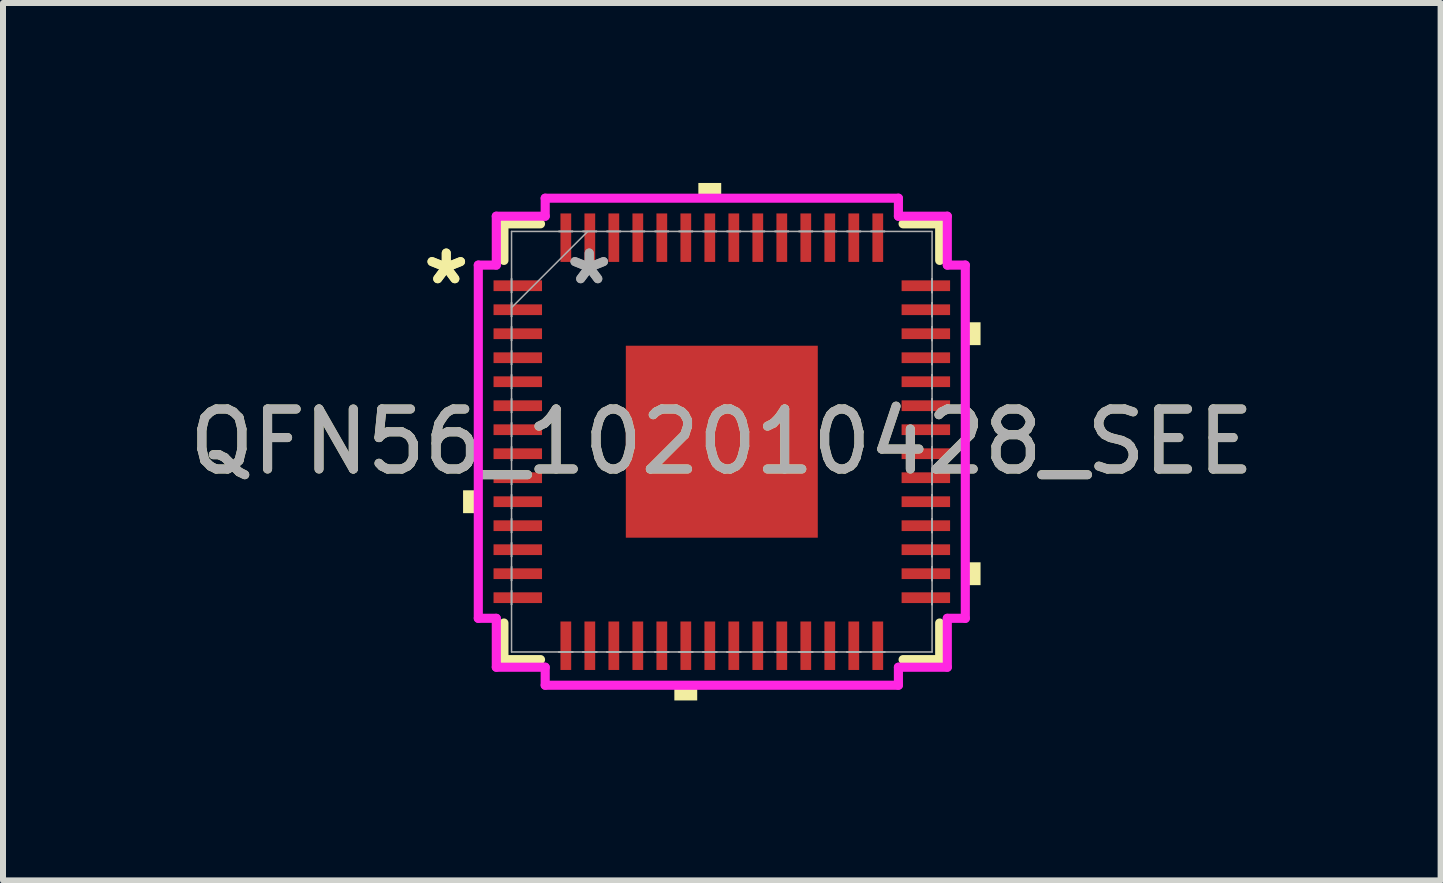
<source format=kicad_pcb>
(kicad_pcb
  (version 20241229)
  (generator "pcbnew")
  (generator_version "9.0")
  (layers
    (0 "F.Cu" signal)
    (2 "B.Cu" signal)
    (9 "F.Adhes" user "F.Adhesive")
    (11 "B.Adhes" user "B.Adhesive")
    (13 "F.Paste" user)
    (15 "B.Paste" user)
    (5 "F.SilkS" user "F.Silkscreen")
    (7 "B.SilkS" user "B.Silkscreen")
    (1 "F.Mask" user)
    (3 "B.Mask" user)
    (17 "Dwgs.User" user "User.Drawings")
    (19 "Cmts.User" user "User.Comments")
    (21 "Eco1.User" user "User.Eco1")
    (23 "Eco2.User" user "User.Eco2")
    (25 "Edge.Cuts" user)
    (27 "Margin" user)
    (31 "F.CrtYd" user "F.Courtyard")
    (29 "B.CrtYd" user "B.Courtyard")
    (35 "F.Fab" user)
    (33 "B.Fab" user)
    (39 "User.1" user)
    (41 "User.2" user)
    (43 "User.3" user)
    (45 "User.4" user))
  (footprint "QFN56_102010428_SEE"
    (layer "F.Cu")
    (at 8.982 4.313)
    (property "Reference" "QFN56_102010428_SEE" (at 0 0 0) (unlocked yes) (layer "F.SilkS") (effects (font (size 1 1) (thickness 0.15))))
    (attr smd)
    (fp_line (start -3.632 -3.632) (end -3.632 -3.022) (stroke (width 0.152) (type solid)) (layer "F.SilkS"))
    (fp_line (start -3.632 3.022) (end -3.632 3.632) (stroke (width 0.152) (type solid)) (layer "F.SilkS"))
    (fp_line (start -3.632 3.632) (end -3.022 3.632) (stroke (width 0.152) (type solid)) (layer "F.SilkS"))
    (fp_line (start -3.022 -3.632) (end -3.632 -3.632) (stroke (width 0.152) (type solid)) (layer "F.SilkS"))
    (fp_line (start 3.022 3.632) (end 3.632 3.632) (stroke (width 0.152) (type solid)) (layer "F.SilkS"))
    (fp_line (start 3.632 -3.632) (end 3.022 -3.632) (stroke (width 0.152) (type solid)) (layer "F.SilkS"))
    (fp_line (start 3.632 -3.022) (end 3.632 -3.632) (stroke (width 0.152) (type solid)) (layer "F.SilkS"))
    (fp_line (start 3.632 3.632) (end 3.632 3.022) (stroke (width 0.152) (type solid)) (layer "F.SilkS"))
    (fp_poly (pts (xy -4.313 0.81) (xy -4.313 1.191) (xy -4.059 1.191) (xy -4.059 0.81)) (stroke (width 0) (type solid)) (fill yes) (layer "F.SilkS"))
    (fp_poly (pts (xy -0.791 4.059) (xy -0.791 4.313) (xy -0.41 4.313) (xy -0.41 4.059)) (stroke (width 0) (type solid)) (fill yes) (layer "F.SilkS"))
    (fp_poly (pts (xy -0.391 -4.059) (xy -0.391 -4.313) (xy -0.01 -4.313) (xy -0.01 -4.059)) (stroke (width 0) (type solid)) (fill yes) (layer "F.SilkS"))
    (fp_poly (pts (xy 4.313 -1.991) (xy 4.313 -1.61) (xy 4.059 -1.61) (xy 4.059 -1.991)) (stroke (width 0) (type solid)) (fill yes) (layer "F.SilkS"))
    (fp_poly (pts (xy 4.313 2.01) (xy 4.313 2.391) (xy 4.059 2.391) (xy 4.059 2.01)) (stroke (width 0) (type solid)) (fill yes) (layer "F.SilkS"))
    (fp_line (start -4.059 -2.944) (end -3.759 -2.944) (stroke (width 0.152) (type solid)) (layer "F.CrtYd"))
    (fp_line (start -4.059 2.944) (end -4.059 -2.944) (stroke (width 0.152) (type solid)) (layer "F.CrtYd"))
    (fp_line (start -3.759 -3.759) (end -2.944 -3.759) (stroke (width 0.152) (type solid)) (layer "F.CrtYd"))
    (fp_line (start -3.759 -2.944) (end -3.759 -3.759) (stroke (width 0.152) (type solid)) (layer "F.CrtYd"))
    (fp_line (start -3.759 2.944) (end -4.059 2.944) (stroke (width 0.152) (type solid)) (layer "F.CrtYd"))
    (fp_line (start -3.759 3.759) (end -3.759 2.944) (stroke (width 0.152) (type solid)) (layer "F.CrtYd"))
    (fp_line (start -2.944 -4.059) (end 2.944 -4.059) (stroke (width 0.152) (type solid)) (layer "F.CrtYd"))
    (fp_line (start -2.944 -3.759) (end -2.944 -4.059) (stroke (width 0.152) (type solid)) (layer "F.CrtYd"))
    (fp_line (start -2.944 3.759) (end -3.759 3.759) (stroke (width 0.152) (type solid)) (layer "F.CrtYd"))
    (fp_line (start -2.944 4.059) (end -2.944 3.759) (stroke (width 0.152) (type solid)) (layer "F.CrtYd"))
    (fp_line (start 2.944 -4.059) (end 2.944 -3.759) (stroke (width 0.152) (type solid)) (layer "F.CrtYd"))
    (fp_line (start 2.944 -3.759) (end 3.759 -3.759) (stroke (width 0.152) (type solid)) (layer "F.CrtYd"))
    (fp_line (start 2.944 3.759) (end 2.944 4.059) (stroke (width 0.152) (type solid)) (layer "F.CrtYd"))
    (fp_line (start 2.944 4.059) (end -2.944 4.059) (stroke (width 0.152) (type solid)) (layer "F.CrtYd"))
    (fp_line (start 3.759 -3.759) (end 3.759 -2.944) (stroke (width 0.152) (type solid)) (layer "F.CrtYd"))
    (fp_line (start 3.759 -2.944) (end 4.059 -2.944) (stroke (width 0.152) (type solid)) (layer "F.CrtYd"))
    (fp_line (start 3.759 2.944) (end 3.759 3.759) (stroke (width 0.152) (type solid)) (layer "F.CrtYd"))
    (fp_line (start 3.759 3.759) (end 2.944 3.759) (stroke (width 0.152) (type solid)) (layer "F.CrtYd"))
    (fp_line (start 4.059 -2.944) (end 4.059 2.944) (stroke (width 0.152) (type solid)) (layer "F.CrtYd"))
    (fp_line (start 4.059 2.944) (end 3.759 2.944) (stroke (width 0.152) (type solid)) (layer "F.CrtYd"))
    (fp_line (start -3.505 -3.505) (end -3.505 3.505) (stroke (width 0.025) (type solid)) (layer "F.Fab"))
    (fp_line (start -3.505 -2.715) (end -3.505 -2.715) (stroke (width 0.025) (type solid)) (layer "F.Fab"))
    (fp_line (start -3.505 -2.715) (end -3.505 -2.486) (stroke (width 0.025) (type solid)) (layer "F.Fab"))
    (fp_line (start -3.505 -2.486) (end -3.505 -2.715) (stroke (width 0.025) (type solid)) (layer "F.Fab"))
    (fp_line (start -3.505 -2.486) (end -3.505 -2.486) (stroke (width 0.025) (type solid)) (layer "F.Fab"))
    (fp_line (start -3.505 -2.315) (end -3.505 -2.315) (stroke (width 0.025) (type solid)) (layer "F.Fab"))
    (fp_line (start -3.505 -2.315) (end -3.505 -2.086) (stroke (width 0.025) (type solid)) (layer "F.Fab"))
    (fp_line (start -3.505 -2.235) (end -2.235 -3.505) (stroke (width 0.025) (type solid)) (layer "F.Fab"))
    (fp_line (start -3.505 -2.086) (end -3.505 -2.315) (stroke (width 0.025) (type solid)) (layer "F.Fab"))
    (fp_line (start -3.505 -2.086) (end -3.505 -2.086) (stroke (width 0.025) (type solid)) (layer "F.Fab"))
    (fp_line (start -3.505 -1.915) (end -3.505 -1.915) (stroke (width 0.025) (type solid)) (layer "F.Fab"))
    (fp_line (start -3.505 -1.915) (end -3.505 -1.686) (stroke (width 0.025) (type solid)) (layer "F.Fab"))
    (fp_line (start -3.505 -1.686) (end -3.505 -1.915) (stroke (width 0.025) (type solid)) (layer "F.Fab"))
    (fp_line (start -3.505 -1.686) (end -3.505 -1.686) (stroke (width 0.025) (type solid)) (layer "F.Fab"))
    (fp_line (start -3.505 -1.514) (end -3.505 -1.514) (stroke (width 0.025) (type solid)) (layer "F.Fab"))
    (fp_line (start -3.505 -1.514) (end -3.505 -1.286) (stroke (width 0.025) (type solid)) (layer "F.Fab"))
    (fp_line (start -3.505 -1.286) (end -3.505 -1.514) (stroke (width 0.025) (type solid)) (layer "F.Fab"))
    (fp_line (start -3.505 -1.286) (end -3.505 -1.286) (stroke (width 0.025) (type solid)) (layer "F.Fab"))
    (fp_line (start -3.505 -1.114) (end -3.505 -1.114) (stroke (width 0.025) (type solid)) (layer "F.Fab"))
    (fp_line (start -3.505 -1.114) (end -3.505 -0.886) (stroke (width 0.025) (type solid)) (layer "F.Fab"))
    (fp_line (start -3.505 -0.886) (end -3.505 -1.114) (stroke (width 0.025) (type solid)) (layer "F.Fab"))
    (fp_line (start -3.505 -0.886) (end -3.505 -0.886) (stroke (width 0.025) (type solid)) (layer "F.Fab"))
    (fp_line (start -3.505 -0.714) (end -3.505 -0.714) (stroke (width 0.025) (type solid)) (layer "F.Fab"))
    (fp_line (start -3.505 -0.714) (end -3.505 -0.486) (stroke (width 0.025) (type solid)) (layer "F.Fab"))
    (fp_line (start -3.505 -0.486) (end -3.505 -0.714) (stroke (width 0.025) (type solid)) (layer "F.Fab"))
    (fp_line (start -3.505 -0.486) (end -3.505 -0.486) (stroke (width 0.025) (type solid)) (layer "F.Fab"))
    (fp_line (start -3.505 -0.314) (end -3.505 -0.314) (stroke (width 0.025) (type solid)) (layer "F.Fab"))
    (fp_line (start -3.505 -0.314) (end -3.505 -0.086) (stroke (width 0.025) (type solid)) (layer "F.Fab"))
    (fp_line (start -3.505 -0.086) (end -3.505 -0.314) (stroke (width 0.025) (type solid)) (layer "F.Fab"))
    (fp_line (start -3.505 -0.086) (end -3.505 -0.086) (stroke (width 0.025) (type solid)) (layer "F.Fab"))
    (fp_line (start -3.505 0.086) (end -3.505 0.086) (stroke (width 0.025) (type solid)) (layer "F.Fab"))
    (fp_line (start -3.505 0.086) (end -3.505 0.314) (stroke (width 0.025) (type solid)) (layer "F.Fab"))
    (fp_line (start -3.505 0.314) (end -3.505 0.086) (stroke (width 0.025) (type solid)) (layer "F.Fab"))
    (fp_line (start -3.505 0.314) (end -3.505 0.314) (stroke (width 0.025) (type solid)) (layer "F.Fab"))
    (fp_line (start -3.505 0.486) (end -3.505 0.486) (stroke (width 0.025) (type solid)) (layer "F.Fab"))
    (fp_line (start -3.505 0.486) (end -3.505 0.714) (stroke (width 0.025) (type solid)) (layer "F.Fab"))
    (fp_line (start -3.505 0.714) (end -3.505 0.486) (stroke (width 0.025) (type solid)) (layer "F.Fab"))
    (fp_line (start -3.505 0.714) (end -3.505 0.714) (stroke (width 0.025) (type solid)) (layer "F.Fab"))
    (fp_line (start -3.505 0.886) (end -3.505 0.886) (stroke (width 0.025) (type solid)) (layer "F.Fab"))
    (fp_line (start -3.505 0.886) (end -3.505 1.114) (stroke (width 0.025) (type solid)) (layer "F.Fab"))
    (fp_line (start -3.505 1.114) (end -3.505 0.886) (stroke (width 0.025) (type solid)) (layer "F.Fab"))
    (fp_line (start -3.505 1.114) (end -3.505 1.114) (stroke (width 0.025) (type solid)) (layer "F.Fab"))
    (fp_line (start -3.505 1.286) (end -3.505 1.286) (stroke (width 0.025) (type solid)) (layer "F.Fab"))
    (fp_line (start -3.505 1.286) (end -3.505 1.514) (stroke (width 0.025) (type solid)) (layer "F.Fab"))
    (fp_line (start -3.505 1.514) (end -3.505 1.286) (stroke (width 0.025) (type solid)) (layer "F.Fab"))
    (fp_line (start -3.505 1.514) (end -3.505 1.514) (stroke (width 0.025) (type solid)) (layer "F.Fab"))
    (fp_line (start -3.505 1.686) (end -3.505 1.686) (stroke (width 0.025) (type solid)) (layer "F.Fab"))
    (fp_line (start -3.505 1.686) (end -3.505 1.915) (stroke (width 0.025) (type solid)) (layer "F.Fab"))
    (fp_line (start -3.505 1.915) (end -3.505 1.686) (stroke (width 0.025) (type solid)) (layer "F.Fab"))
    (fp_line (start -3.505 1.915) (end -3.505 1.915) (stroke (width 0.025) (type solid)) (layer "F.Fab"))
    (fp_line (start -3.505 2.086) (end -3.505 2.086) (stroke (width 0.025) (type solid)) (layer "F.Fab"))
    (fp_line (start -3.505 2.086) (end -3.505 2.315) (stroke (width 0.025) (type solid)) (layer "F.Fab"))
    (fp_line (start -3.505 2.315) (end -3.505 2.086) (stroke (width 0.025) (type solid)) (layer "F.Fab"))
    (fp_line (start -3.505 2.315) (end -3.505 2.315) (stroke (width 0.025) (type solid)) (layer "F.Fab"))
    (fp_line (start -3.505 2.486) (end -3.505 2.486) (stroke (width 0.025) (type solid)) (layer "F.Fab"))
    (fp_line (start -3.505 2.486) (end -3.505 2.715) (stroke (width 0.025) (type solid)) (layer "F.Fab"))
    (fp_line (start -3.505 2.715) (end -3.505 2.486) (stroke (width 0.025) (type solid)) (layer "F.Fab"))
    (fp_line (start -3.505 2.715) (end -3.505 2.715) (stroke (width 0.025) (type solid)) (layer "F.Fab"))
    (fp_line (start -3.505 3.505) (end 3.505 3.505) (stroke (width 0.025) (type solid)) (layer "F.Fab"))
    (fp_line (start -2.715 -3.505) (end -2.715 -3.505) (stroke (width 0.025) (type solid)) (layer "F.Fab"))
    (fp_line (start -2.715 -3.505) (end -2.486 -3.505) (stroke (width 0.025) (type solid)) (layer "F.Fab"))
    (fp_line (start -2.715 3.505) (end -2.715 3.505) (stroke (width 0.025) (type solid)) (layer "F.Fab"))
    (fp_line (start -2.715 3.505) (end -2.486 3.505) (stroke (width 0.025) (type solid)) (layer "F.Fab"))
    (fp_line (start -2.486 -3.505) (end -2.715 -3.505) (stroke (width 0.025) (type solid)) (layer "F.Fab"))
    (fp_line (start -2.486 -3.505) (end -2.486 -3.505) (stroke (width 0.025) (type solid)) (layer "F.Fab"))
    (fp_line (start -2.486 3.505) (end -2.715 3.505) (stroke (width 0.025) (type solid)) (layer "F.Fab"))
    (fp_line (start -2.486 3.505) (end -2.486 3.505) (stroke (width 0.025) (type solid)) (layer "F.Fab"))
    (fp_line (start -2.315 -3.505) (end -2.315 -3.505) (stroke (width 0.025) (type solid)) (layer "F.Fab"))
    (fp_line (start -2.315 -3.505) (end -2.086 -3.505) (stroke (width 0.025) (type solid)) (layer "F.Fab"))
    (fp_line (start -2.315 3.505) (end -2.315 3.505) (stroke (width 0.025) (type solid)) (layer "F.Fab"))
    (fp_line (start -2.315 3.505) (end -2.086 3.505) (stroke (width 0.025) (type solid)) (layer "F.Fab"))
    (fp_line (start -2.086 -3.505) (end -2.315 -3.505) (stroke (width 0.025) (type solid)) (layer "F.Fab"))
    (fp_line (start -2.086 -3.505) (end -2.086 -3.505) (stroke (width 0.025) (type solid)) (layer "F.Fab"))
    (fp_line (start -2.086 3.505) (end -2.315 3.505) (stroke (width 0.025) (type solid)) (layer "F.Fab"))
    (fp_line (start -2.086 3.505) (end -2.086 3.505) (stroke (width 0.025) (type solid)) (layer "F.Fab"))
    (fp_line (start -1.915 -3.505) (end -1.915 -3.505) (stroke (width 0.025) (type solid)) (layer "F.Fab"))
    (fp_line (start -1.915 -3.505) (end -1.686 -3.505) (stroke (width 0.025) (type solid)) (layer "F.Fab"))
    (fp_line (start -1.915 3.505) (end -1.915 3.505) (stroke (width 0.025) (type solid)) (layer "F.Fab"))
    (fp_line (start -1.915 3.505) (end -1.686 3.505) (stroke (width 0.025) (type solid)) (layer "F.Fab"))
    (fp_line (start -1.686 -3.505) (end -1.915 -3.505) (stroke (width 0.025) (type solid)) (layer "F.Fab"))
    (fp_line (start -1.686 -3.505) (end -1.686 -3.505) (stroke (width 0.025) (type solid)) (layer "F.Fab"))
    (fp_line (start -1.686 3.505) (end -1.915 3.505) (stroke (width 0.025) (type solid)) (layer "F.Fab"))
    (fp_line (start -1.686 3.505) (end -1.686 3.505) (stroke (width 0.025) (type solid)) (layer "F.Fab"))
    (fp_line (start -1.514 -3.505) (end -1.514 -3.505) (stroke (width 0.025) (type solid)) (layer "F.Fab"))
    (fp_line (start -1.514 -3.505) (end -1.286 -3.505) (stroke (width 0.025) (type solid)) (layer "F.Fab"))
    (fp_line (start -1.514 3.505) (end -1.514 3.505) (stroke (width 0.025) (type solid)) (layer "F.Fab"))
    (fp_line (start -1.514 3.505) (end -1.286 3.505) (stroke (width 0.025) (type solid)) (layer "F.Fab"))
    (fp_line (start -1.286 -3.505) (end -1.514 -3.505) (stroke (width 0.025) (type solid)) (layer "F.Fab"))
    (fp_line (start -1.286 -3.505) (end -1.286 -3.505) (stroke (width 0.025) (type solid)) (layer "F.Fab"))
    (fp_line (start -1.286 3.505) (end -1.514 3.505) (stroke (width 0.025) (type solid)) (layer "F.Fab"))
    (fp_line (start -1.286 3.505) (end -1.286 3.505) (stroke (width 0.025) (type solid)) (layer "F.Fab"))
    (fp_line (start -1.114 -3.505) (end -1.114 -3.505) (stroke (width 0.025) (type solid)) (layer "F.Fab"))
    (fp_line (start -1.114 -3.505) (end -0.886 -3.505) (stroke (width 0.025) (type solid)) (layer "F.Fab"))
    (fp_line (start -1.114 3.505) (end -1.114 3.505) (stroke (width 0.025) (type solid)) (layer "F.Fab"))
    (fp_line (start -1.114 3.505) (end -0.886 3.505) (stroke (width 0.025) (type solid)) (layer "F.Fab"))
    (fp_line (start -0.886 -3.505) (end -1.114 -3.505) (stroke (width 0.025) (type solid)) (layer "F.Fab"))
    (fp_line (start -0.886 -3.505) (end -0.886 -3.505) (stroke (width 0.025) (type solid)) (layer "F.Fab"))
    (fp_line (start -0.886 3.505) (end -1.114 3.505) (stroke (width 0.025) (type solid)) (layer "F.Fab"))
    (fp_line (start -0.886 3.505) (end -0.886 3.505) (stroke (width 0.025) (type solid)) (layer "F.Fab"))
    (fp_line (start -0.714 -3.505) (end -0.714 -3.505) (stroke (width 0.025) (type solid)) (layer "F.Fab"))
    (fp_line (start -0.714 -3.505) (end -0.486 -3.505) (stroke (width 0.025) (type solid)) (layer "F.Fab"))
    (fp_line (start -0.714 3.505) (end -0.714 3.505) (stroke (width 0.025) (type solid)) (layer "F.Fab"))
    (fp_line (start -0.714 3.505) (end -0.486 3.505) (stroke (width 0.025) (type solid)) (layer "F.Fab"))
    (fp_line (start -0.486 -3.505) (end -0.714 -3.505) (stroke (width 0.025) (type solid)) (layer "F.Fab"))
    (fp_line (start -0.486 -3.505) (end -0.486 -3.505) (stroke (width 0.025) (type solid)) (layer "F.Fab"))
    (fp_line (start -0.486 3.505) (end -0.714 3.505) (stroke (width 0.025) (type solid)) (layer "F.Fab"))
    (fp_line (start -0.486 3.505) (end -0.486 3.505) (stroke (width 0.025) (type solid)) (layer "F.Fab"))
    (fp_line (start -0.314 -3.505) (end -0.314 -3.505) (stroke (width 0.025) (type solid)) (layer "F.Fab"))
    (fp_line (start -0.314 -3.505) (end -0.086 -3.505) (stroke (width 0.025) (type solid)) (layer "F.Fab"))
    (fp_line (start -0.314 3.505) (end -0.314 3.505) (stroke (width 0.025) (type solid)) (layer "F.Fab"))
    (fp_line (start -0.314 3.505) (end -0.086 3.505) (stroke (width 0.025) (type solid)) (layer "F.Fab"))
    (fp_line (start -0.086 -3.505) (end -0.314 -3.505) (stroke (width 0.025) (type solid)) (layer "F.Fab"))
    (fp_line (start -0.086 -3.505) (end -0.086 -3.505) (stroke (width 0.025) (type solid)) (layer "F.Fab"))
    (fp_line (start -0.086 3.505) (end -0.314 3.505) (stroke (width 0.025) (type solid)) (layer "F.Fab"))
    (fp_line (start -0.086 3.505) (end -0.086 3.505) (stroke (width 0.025) (type solid)) (layer "F.Fab"))
    (fp_line (start 0.086 -3.505) (end 0.086 -3.505) (stroke (width 0.025) (type solid)) (layer "F.Fab"))
    (fp_line (start 0.086 -3.505) (end 0.314 -3.505) (stroke (width 0.025) (type solid)) (layer "F.Fab"))
    (fp_line (start 0.086 3.505) (end 0.086 3.505) (stroke (width 0.025) (type solid)) (layer "F.Fab"))
    (fp_line (start 0.086 3.505) (end 0.314 3.505) (stroke (width 0.025) (type solid)) (layer "F.Fab"))
    (fp_line (start 0.314 -3.505) (end 0.086 -3.505) (stroke (width 0.025) (type solid)) (layer "F.Fab"))
    (fp_line (start 0.314 -3.505) (end 0.314 -3.505) (stroke (width 0.025) (type solid)) (layer "F.Fab"))
    (fp_line (start 0.314 3.505) (end 0.086 3.505) (stroke (width 0.025) (type solid)) (layer "F.Fab"))
    (fp_line (start 0.314 3.505) (end 0.314 3.505) (stroke (width 0.025) (type solid)) (layer "F.Fab"))
    (fp_line (start 0.486 -3.505) (end 0.486 -3.505) (stroke (width 0.025) (type solid)) (layer "F.Fab"))
    (fp_line (start 0.486 -3.505) (end 0.714 -3.505) (stroke (width 0.025) (type solid)) (layer "F.Fab"))
    (fp_line (start 0.486 3.505) (end 0.486 3.505) (stroke (width 0.025) (type solid)) (layer "F.Fab"))
    (fp_line (start 0.486 3.505) (end 0.714 3.505) (stroke (width 0.025) (type solid)) (layer "F.Fab"))
    (fp_line (start 0.714 -3.505) (end 0.486 -3.505) (stroke (width 0.025) (type solid)) (layer "F.Fab"))
    (fp_line (start 0.714 -3.505) (end 0.714 -3.505) (stroke (width 0.025) (type solid)) (layer "F.Fab"))
    (fp_line (start 0.714 3.505) (end 0.486 3.505) (stroke (width 0.025) (type solid)) (layer "F.Fab"))
    (fp_line (start 0.714 3.505) (end 0.714 3.505) (stroke (width 0.025) (type solid)) (layer "F.Fab"))
    (fp_line (start 0.886 -3.505) (end 0.886 -3.505) (stroke (width 0.025) (type solid)) (layer "F.Fab"))
    (fp_line (start 0.886 -3.505) (end 1.114 -3.505) (stroke (width 0.025) (type solid)) (layer "F.Fab"))
    (fp_line (start 0.886 3.505) (end 0.886 3.505) (stroke (width 0.025) (type solid)) (layer "F.Fab"))
    (fp_line (start 0.886 3.505) (end 1.114 3.505) (stroke (width 0.025) (type solid)) (layer "F.Fab"))
    (fp_line (start 1.114 -3.505) (end 0.886 -3.505) (stroke (width 0.025) (type solid)) (layer "F.Fab"))
    (fp_line (start 1.114 -3.505) (end 1.114 -3.505) (stroke (width 0.025) (type solid)) (layer "F.Fab"))
    (fp_line (start 1.114 3.505) (end 0.886 3.505) (stroke (width 0.025) (type solid)) (layer "F.Fab"))
    (fp_line (start 1.114 3.505) (end 1.114 3.505) (stroke (width 0.025) (type solid)) (layer "F.Fab"))
    (fp_line (start 1.286 -3.505) (end 1.286 -3.505) (stroke (width 0.025) (type solid)) (layer "F.Fab"))
    (fp_line (start 1.286 -3.505) (end 1.514 -3.505) (stroke (width 0.025) (type solid)) (layer "F.Fab"))
    (fp_line (start 1.286 3.505) (end 1.286 3.505) (stroke (width 0.025) (type solid)) (layer "F.Fab"))
    (fp_line (start 1.286 3.505) (end 1.514 3.505) (stroke (width 0.025) (type solid)) (layer "F.Fab"))
    (fp_line (start 1.514 -3.505) (end 1.286 -3.505) (stroke (width 0.025) (type solid)) (layer "F.Fab"))
    (fp_line (start 1.514 -3.505) (end 1.514 -3.505) (stroke (width 0.025) (type solid)) (layer "F.Fab"))
    (fp_line (start 1.514 3.505) (end 1.286 3.505) (stroke (width 0.025) (type solid)) (layer "F.Fab"))
    (fp_line (start 1.514 3.505) (end 1.514 3.505) (stroke (width 0.025) (type solid)) (layer "F.Fab"))
    (fp_line (start 1.686 -3.505) (end 1.686 -3.505) (stroke (width 0.025) (type solid)) (layer "F.Fab"))
    (fp_line (start 1.686 -3.505) (end 1.915 -3.505) (stroke (width 0.025) (type solid)) (layer "F.Fab"))
    (fp_line (start 1.686 3.505) (end 1.686 3.505) (stroke (width 0.025) (type solid)) (layer "F.Fab"))
    (fp_line (start 1.686 3.505) (end 1.915 3.505) (stroke (width 0.025) (type solid)) (layer "F.Fab"))
    (fp_line (start 1.915 -3.505) (end 1.686 -3.505) (stroke (width 0.025) (type solid)) (layer "F.Fab"))
    (fp_line (start 1.915 -3.505) (end 1.915 -3.505) (stroke (width 0.025) (type solid)) (layer "F.Fab"))
    (fp_line (start 1.915 3.505) (end 1.686 3.505) (stroke (width 0.025) (type solid)) (layer "F.Fab"))
    (fp_line (start 1.915 3.505) (end 1.915 3.505) (stroke (width 0.025) (type solid)) (layer "F.Fab"))
    (fp_line (start 2.086 -3.505) (end 2.086 -3.505) (stroke (width 0.025) (type solid)) (layer "F.Fab"))
    (fp_line (start 2.086 -3.505) (end 2.315 -3.505) (stroke (width 0.025) (type solid)) (layer "F.Fab"))
    (fp_line (start 2.086 3.505) (end 2.086 3.505) (stroke (width 0.025) (type solid)) (layer "F.Fab"))
    (fp_line (start 2.086 3.505) (end 2.315 3.505) (stroke (width 0.025) (type solid)) (layer "F.Fab"))
    (fp_line (start 2.315 -3.505) (end 2.086 -3.505) (stroke (width 0.025) (type solid)) (layer "F.Fab"))
    (fp_line (start 2.315 -3.505) (end 2.315 -3.505) (stroke (width 0.025) (type solid)) (layer "F.Fab"))
    (fp_line (start 2.315 3.505) (end 2.086 3.505) (stroke (width 0.025) (type solid)) (layer "F.Fab"))
    (fp_line (start 2.315 3.505) (end 2.315 3.505) (stroke (width 0.025) (type solid)) (layer "F.Fab"))
    (fp_line (start 2.486 -3.505) (end 2.486 -3.505) (stroke (width 0.025) (type solid)) (layer "F.Fab"))
    (fp_line (start 2.486 -3.505) (end 2.715 -3.505) (stroke (width 0.025) (type solid)) (layer "F.Fab"))
    (fp_line (start 2.486 3.505) (end 2.486 3.505) (stroke (width 0.025) (type solid)) (layer "F.Fab"))
    (fp_line (start 2.486 3.505) (end 2.715 3.505) (stroke (width 0.025) (type solid)) (layer "F.Fab"))
    (fp_line (start 2.715 -3.505) (end 2.486 -3.505) (stroke (width 0.025) (type solid)) (layer "F.Fab"))
    (fp_line (start 2.715 -3.505) (end 2.715 -3.505) (stroke (width 0.025) (type solid)) (layer "F.Fab"))
    (fp_line (start 2.715 3.505) (end 2.486 3.505) (stroke (width 0.025) (type solid)) (layer "F.Fab"))
    (fp_line (start 2.715 3.505) (end 2.715 3.505) (stroke (width 0.025) (type solid)) (layer "F.Fab"))
    (fp_line (start 3.505 -3.505) (end -3.505 -3.505) (stroke (width 0.025) (type solid)) (layer "F.Fab"))
    (fp_line (start 3.505 -2.715) (end 3.505 -2.715) (stroke (width 0.025) (type solid)) (layer "F.Fab"))
    (fp_line (start 3.505 -2.715) (end 3.505 -2.486) (stroke (width 0.025) (type solid)) (layer "F.Fab"))
    (fp_line (start 3.505 -2.486) (end 3.505 -2.715) (stroke (width 0.025) (type solid)) (layer "F.Fab"))
    (fp_line (start 3.505 -2.486) (end 3.505 -2.486) (stroke (width 0.025) (type solid)) (layer "F.Fab"))
    (fp_line (start 3.505 -2.315) (end 3.505 -2.315) (stroke (width 0.025) (type solid)) (layer "F.Fab"))
    (fp_line (start 3.505 -2.315) (end 3.505 -2.086) (stroke (width 0.025) (type solid)) (layer "F.Fab"))
    (fp_line (start 3.505 -2.086) (end 3.505 -2.315) (stroke (width 0.025) (type solid)) (layer "F.Fab"))
    (fp_line (start 3.505 -2.086) (end 3.505 -2.086) (stroke (width 0.025) (type solid)) (layer "F.Fab"))
    (fp_line (start 3.505 -1.915) (end 3.505 -1.915) (stroke (width 0.025) (type solid)) (layer "F.Fab"))
    (fp_line (start 3.505 -1.915) (end 3.505 -1.686) (stroke (width 0.025) (type solid)) (layer "F.Fab"))
    (fp_line (start 3.505 -1.686) (end 3.505 -1.915) (stroke (width 0.025) (type solid)) (layer "F.Fab"))
    (fp_line (start 3.505 -1.686) (end 3.505 -1.686) (stroke (width 0.025) (type solid)) (layer "F.Fab"))
    (fp_line (start 3.505 -1.514) (end 3.505 -1.514) (stroke (width 0.025) (type solid)) (layer "F.Fab"))
    (fp_line (start 3.505 -1.514) (end 3.505 -1.286) (stroke (width 0.025) (type solid)) (layer "F.Fab"))
    (fp_line (start 3.505 -1.286) (end 3.505 -1.514) (stroke (width 0.025) (type solid)) (layer "F.Fab"))
    (fp_line (start 3.505 -1.286) (end 3.505 -1.286) (stroke (width 0.025) (type solid)) (layer "F.Fab"))
    (fp_line (start 3.505 -1.114) (end 3.505 -1.114) (stroke (width 0.025) (type solid)) (layer "F.Fab"))
    (fp_line (start 3.505 -1.114) (end 3.505 -0.886) (stroke (width 0.025) (type solid)) (layer "F.Fab"))
    (fp_line (start 3.505 -0.886) (end 3.505 -1.114) (stroke (width 0.025) (type solid)) (layer "F.Fab"))
    (fp_line (start 3.505 -0.886) (end 3.505 -0.886) (stroke (width 0.025) (type solid)) (layer "F.Fab"))
    (fp_line (start 3.505 -0.714) (end 3.505 -0.714) (stroke (width 0.025) (type solid)) (layer "F.Fab"))
    (fp_line (start 3.505 -0.714) (end 3.505 -0.486) (stroke (width 0.025) (type solid)) (layer "F.Fab"))
    (fp_line (start 3.505 -0.486) (end 3.505 -0.714) (stroke (width 0.025) (type solid)) (layer "F.Fab"))
    (fp_line (start 3.505 -0.486) (end 3.505 -0.486) (stroke (width 0.025) (type solid)) (layer "F.Fab"))
    (fp_line (start 3.505 -0.314) (end 3.505 -0.314) (stroke (width 0.025) (type solid)) (layer "F.Fab"))
    (fp_line (start 3.505 -0.314) (end 3.505 -0.086) (stroke (width 0.025) (type solid)) (layer "F.Fab"))
    (fp_line (start 3.505 -0.086) (end 3.505 -0.314) (stroke (width 0.025) (type solid)) (layer "F.Fab"))
    (fp_line (start 3.505 -0.086) (end 3.505 -0.086) (stroke (width 0.025) (type solid)) (layer "F.Fab"))
    (fp_line (start 3.505 0.086) (end 3.505 0.086) (stroke (width 0.025) (type solid)) (layer "F.Fab"))
    (fp_line (start 3.505 0.086) (end 3.505 0.314) (stroke (width 0.025) (type solid)) (layer "F.Fab"))
    (fp_line (start 3.505 0.314) (end 3.505 0.086) (stroke (width 0.025) (type solid)) (layer "F.Fab"))
    (fp_line (start 3.505 0.314) (end 3.505 0.314) (stroke (width 0.025) (type solid)) (layer "F.Fab"))
    (fp_line (start 3.505 0.486) (end 3.505 0.486) (stroke (width 0.025) (type solid)) (layer "F.Fab"))
    (fp_line (start 3.505 0.486) (end 3.505 0.714) (stroke (width 0.025) (type solid)) (layer "F.Fab"))
    (fp_line (start 3.505 0.714) (end 3.505 0.486) (stroke (width 0.025) (type solid)) (layer "F.Fab"))
    (fp_line (start 3.505 0.714) (end 3.505 0.714) (stroke (width 0.025) (type solid)) (layer "F.Fab"))
    (fp_line (start 3.505 0.886) (end 3.505 0.886) (stroke (width 0.025) (type solid)) (layer "F.Fab"))
    (fp_line (start 3.505 0.886) (end 3.505 1.114) (stroke (width 0.025) (type solid)) (layer "F.Fab"))
    (fp_line (start 3.505 1.114) (end 3.505 0.886) (stroke (width 0.025) (type solid)) (layer "F.Fab"))
    (fp_line (start 3.505 1.114) (end 3.505 1.114) (stroke (width 0.025) (type solid)) (layer "F.Fab"))
    (fp_line (start 3.505 1.286) (end 3.505 1.286) (stroke (width 0.025) (type solid)) (layer "F.Fab"))
    (fp_line (start 3.505 1.286) (end 3.505 1.514) (stroke (width 0.025) (type solid)) (layer "F.Fab"))
    (fp_line (start 3.505 1.514) (end 3.505 1.286) (stroke (width 0.025) (type solid)) (layer "F.Fab"))
    (fp_line (start 3.505 1.514) (end 3.505 1.514) (stroke (width 0.025) (type solid)) (layer "F.Fab"))
    (fp_line (start 3.505 1.686) (end 3.505 1.686) (stroke (width 0.025) (type solid)) (layer "F.Fab"))
    (fp_line (start 3.505 1.686) (end 3.505 1.915) (stroke (width 0.025) (type solid)) (layer "F.Fab"))
    (fp_line (start 3.505 1.915) (end 3.505 1.686) (stroke (width 0.025) (type solid)) (layer "F.Fab"))
    (fp_line (start 3.505 1.915) (end 3.505 1.915) (stroke (width 0.025) (type solid)) (layer "F.Fab"))
    (fp_line (start 3.505 2.086) (end 3.505 2.086) (stroke (width 0.025) (type solid)) (layer "F.Fab"))
    (fp_line (start 3.505 2.086) (end 3.505 2.315) (stroke (width 0.025) (type solid)) (layer "F.Fab"))
    (fp_line (start 3.505 2.315) (end 3.505 2.086) (stroke (width 0.025) (type solid)) (layer "F.Fab"))
    (fp_line (start 3.505 2.315) (end 3.505 2.315) (stroke (width 0.025) (type solid)) (layer "F.Fab"))
    (fp_line (start 3.505 2.486) (end 3.505 2.486) (stroke (width 0.025) (type solid)) (layer "F.Fab"))
    (fp_line (start 3.505 2.486) (end 3.505 2.715) (stroke (width 0.025) (type solid)) (layer "F.Fab"))
    (fp_line (start 3.505 2.715) (end 3.505 2.486) (stroke (width 0.025) (type solid)) (layer "F.Fab"))
    (fp_line (start 3.505 2.715) (end 3.505 2.715) (stroke (width 0.025) (type solid)) (layer "F.Fab"))
    (fp_line (start 3.505 3.505) (end 3.505 -3.505) (stroke (width 0.025) (type solid)) (layer "F.Fab"))
    (fp_text user "*" (at -4.593 -2.6 0) (layer "F.SilkS") (effects (font (size 1 1) (thickness 0.15))))
    (fp_text user "*" (at -4.593 -2.6 0) (unlocked yes) (layer "F.SilkS") (effects (font (size 1 1) (thickness 0.15))))
    (fp_text user "*" (at -2.21 -2.6 0) (layer "F.Fab") (effects (font (size 1 1) (thickness 0.15))))
    (fp_text user "${REFERENCE}" (at 0 0 0) (unlocked yes) (layer "F.Fab") (effects (font (size 1 1) (thickness 0.15))))
    (fp_text user "*" (at -2.21 -2.6 0) (unlocked yes) (layer "F.Fab") (effects (font (size 1 1) (thickness 0.15))))
    (pad "1" smd rect (at -3.401 -2.6 90) (size 0.179 0.808) (layers "F.Cu" "F.Mask" "F.Paste"))
    (pad "2" smd rect (at -3.401 -2.2 90) (size 0.179 0.808) (layers "F.Cu" "F.Mask" "F.Paste"))
    (pad "3" smd rect (at -3.401 -1.8 90) (size 0.179 0.808) (layers "F.Cu" "F.Mask" "F.Paste"))
    (pad "4" smd rect (at -3.401 -1.4 90) (size 0.179 0.808) (layers "F.Cu" "F.Mask" "F.Paste"))
    (pad "5" smd rect (at -3.401 -1 90) (size 0.179 0.808) (layers "F.Cu" "F.Mask" "F.Paste"))
    (pad "6" smd rect (at -3.401 -0.6 90) (size 0.179 0.808) (layers "F.Cu" "F.Mask" "F.Paste"))
    (pad "7" smd rect (at -3.401 -0.2 90) (size 0.179 0.808) (layers "F.Cu" "F.Mask" "F.Paste"))
    (pad "8" smd rect (at -3.401 0.2 90) (size 0.179 0.808) (layers "F.Cu" "F.Mask" "F.Paste"))
    (pad "9" smd rect (at -3.401 0.6 90) (size 0.179 0.808) (layers "F.Cu" "F.Mask" "F.Paste"))
    (pad "10" smd rect (at -3.401 1 90) (size 0.179 0.808) (layers "F.Cu" "F.Mask" "F.Paste"))
    (pad "11" smd rect (at -3.401 1.4 90) (size 0.179 0.808) (layers "F.Cu" "F.Mask" "F.Paste"))
    (pad "12" smd rect (at -3.401 1.8 90) (size 0.179 0.808) (layers "F.Cu" "F.Mask" "F.Paste"))
    (pad "13" smd rect (at -3.401 2.2 90) (size 0.179 0.808) (layers "F.Cu" "F.Mask" "F.Paste"))
    (pad "14" smd rect (at -3.401 2.6 90) (size 0.179 0.808) (layers "F.Cu" "F.Mask" "F.Paste"))
    (pad "15" smd rect (at -2.6 3.401) (size 0.179 0.808) (layers "F.Cu" "F.Mask" "F.Paste"))
    (pad "16" smd rect (at -2.2 3.401) (size 0.179 0.808) (layers "F.Cu" "F.Mask" "F.Paste"))
    (pad "17" smd rect (at -1.8 3.401) (size 0.179 0.808) (layers "F.Cu" "F.Mask" "F.Paste"))
    (pad "18" smd rect (at -1.4 3.401) (size 0.179 0.808) (layers "F.Cu" "F.Mask" "F.Paste"))
    (pad "19" smd rect (at -1 3.401) (size 0.179 0.808) (layers "F.Cu" "F.Mask" "F.Paste"))
    (pad "20" smd rect (at -0.6 3.401) (size 0.179 0.808) (layers "F.Cu" "F.Mask" "F.Paste"))
    (pad "21" smd rect (at -0.2 3.401) (size 0.179 0.808) (layers "F.Cu" "F.Mask" "F.Paste"))
    (pad "22" smd rect (at 0.2 3.401) (size 0.179 0.808) (layers "F.Cu" "F.Mask" "F.Paste"))
    (pad "23" smd rect (at 0.6 3.401) (size 0.179 0.808) (layers "F.Cu" "F.Mask" "F.Paste"))
    (pad "24" smd rect (at 1 3.401) (size 0.179 0.808) (layers "F.Cu" "F.Mask" "F.Paste"))
    (pad "25" smd rect (at 1.4 3.401) (size 0.179 0.808) (layers "F.Cu" "F.Mask" "F.Paste"))
    (pad "26" smd rect (at 1.8 3.401) (size 0.179 0.808) (layers "F.Cu" "F.Mask" "F.Paste"))
    (pad "27" smd rect (at 2.2 3.401) (size 0.179 0.808) (layers "F.Cu" "F.Mask" "F.Paste"))
    (pad "28" smd rect (at 2.6 3.401) (size 0.179 0.808) (layers "F.Cu" "F.Mask" "F.Paste"))
    (pad "29" smd rect (at 3.401 2.6 90) (size 0.179 0.808) (layers "F.Cu" "F.Mask" "F.Paste"))
    (pad "30" smd rect (at 3.401 2.2 90) (size 0.179 0.808) (layers "F.Cu" "F.Mask" "F.Paste"))
    (pad "31" smd rect (at 3.401 1.8 90) (size 0.179 0.808) (layers "F.Cu" "F.Mask" "F.Paste"))
    (pad "32" smd rect (at 3.401 1.4 90) (size 0.179 0.808) (layers "F.Cu" "F.Mask" "F.Paste"))
    (pad "33" smd rect (at 3.401 1 90) (size 0.179 0.808) (layers "F.Cu" "F.Mask" "F.Paste"))
    (pad "34" smd rect (at 3.401 0.6 90) (size 0.179 0.808) (layers "F.Cu" "F.Mask" "F.Paste"))
    (pad "35" smd rect (at 3.401 0.2 90) (size 0.179 0.808) (layers "F.Cu" "F.Mask" "F.Paste"))
    (pad "36" smd rect (at 3.401 -0.2 90) (size 0.179 0.808) (layers "F.Cu" "F.Mask" "F.Paste"))
    (pad "37" smd rect (at 3.401 -0.6 90) (size 0.179 0.808) (layers "F.Cu" "F.Mask" "F.Paste"))
    (pad "38" smd rect (at 3.401 -1 90) (size 0.179 0.808) (layers "F.Cu" "F.Mask" "F.Paste"))
    (pad "39" smd rect (at 3.401 -1.4 90) (size 0.179 0.808) (layers "F.Cu" "F.Mask" "F.Paste"))
    (pad "40" smd rect (at 3.401 -1.8 90) (size 0.179 0.808) (layers "F.Cu" "F.Mask" "F.Paste"))
    (pad "41" smd rect (at 3.401 -2.2 90) (size 0.179 0.808) (layers "F.Cu" "F.Mask" "F.Paste"))
    (pad "42" smd rect (at 3.401 -2.6 90) (size 0.179 0.808) (layers "F.Cu" "F.Mask" "F.Paste"))
    (pad "43" smd rect (at 2.6 -3.401) (size 0.179 0.808) (layers "F.Cu" "F.Mask" "F.Paste"))
    (pad "44" smd rect (at 2.2 -3.401) (size 0.179 0.808) (layers "F.Cu" "F.Mask" "F.Paste"))
    (pad "45" smd rect (at 1.8 -3.401) (size 0.179 0.808) (layers "F.Cu" "F.Mask" "F.Paste"))
    (pad "46" smd rect (at 1.4 -3.401) (size 0.179 0.808) (layers "F.Cu" "F.Mask" "F.Paste"))
    (pad "47" smd rect (at 1 -3.401) (size 0.179 0.808) (layers "F.Cu" "F.Mask" "F.Paste"))
    (pad "48" smd rect (at 0.6 -3.401) (size 0.179 0.808) (layers "F.Cu" "F.Mask" "F.Paste"))
    (pad "49" smd rect (at 0.2 -3.401) (size 0.179 0.808) (layers "F.Cu" "F.Mask" "F.Paste"))
    (pad "50" smd rect (at -0.2 -3.401) (size 0.179 0.808) (layers "F.Cu" "F.Mask" "F.Paste"))
    (pad "51" smd rect (at -0.6 -3.401) (size 0.179 0.808) (layers "F.Cu" "F.Mask" "F.Paste"))
    (pad "52" smd rect (at -1 -3.401) (size 0.179 0.808) (layers "F.Cu" "F.Mask" "F.Paste"))
    (pad "53" smd rect (at -1.4 -3.401) (size 0.179 0.808) (layers "F.Cu" "F.Mask" "F.Paste"))
    (pad "54" smd rect (at -1.8 -3.401) (size 0.179 0.808) (layers "F.Cu" "F.Mask" "F.Paste"))
    (pad "55" smd rect (at -2.2 -3.401) (size 0.179 0.808) (layers "F.Cu" "F.Mask" "F.Paste"))
    (pad "56" smd rect (at -2.6 -3.401) (size 0.179 0.808) (layers "F.Cu" "F.Mask" "F.Paste"))
    (pad "57" smd rect (at 0 0) (size 3.2 3.2) (layers "F.Cu" "F.Mask" "F.Paste")))
  (gr_rect
    (start -3 -3)
    (end 20.964 11.626)
    (stroke (width 0.1) (type default))
    (fill no)
    (layer "Edge.Cuts")))
</source>
